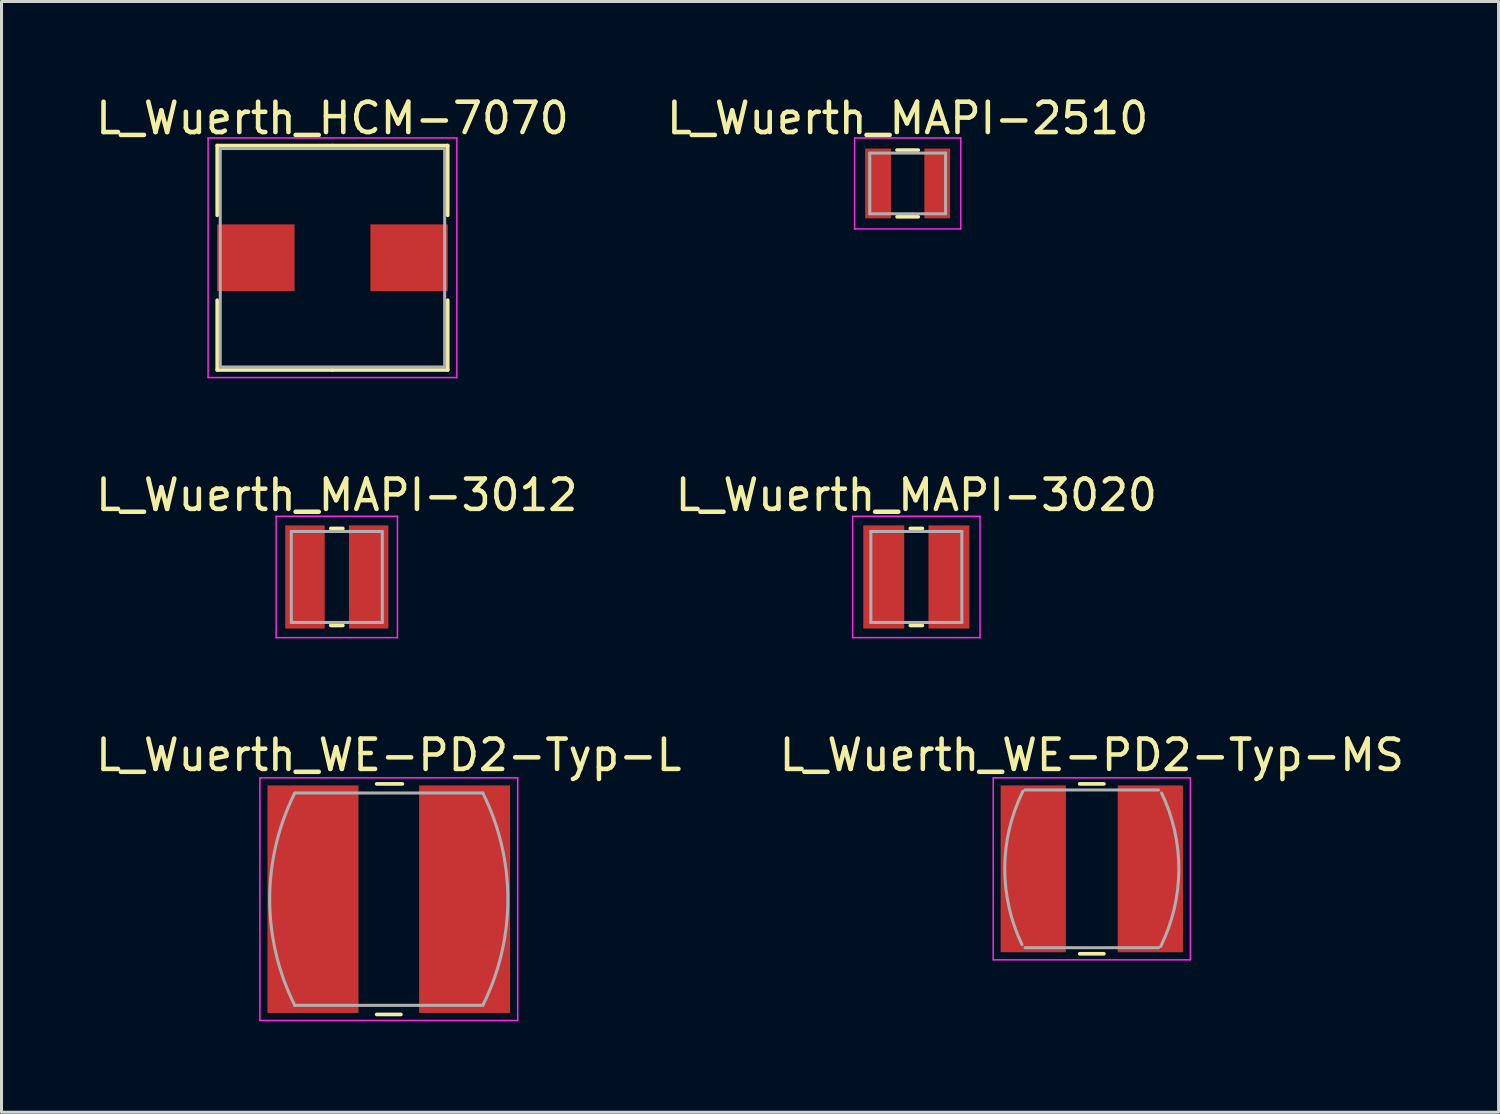
<source format=kicad_pcb>
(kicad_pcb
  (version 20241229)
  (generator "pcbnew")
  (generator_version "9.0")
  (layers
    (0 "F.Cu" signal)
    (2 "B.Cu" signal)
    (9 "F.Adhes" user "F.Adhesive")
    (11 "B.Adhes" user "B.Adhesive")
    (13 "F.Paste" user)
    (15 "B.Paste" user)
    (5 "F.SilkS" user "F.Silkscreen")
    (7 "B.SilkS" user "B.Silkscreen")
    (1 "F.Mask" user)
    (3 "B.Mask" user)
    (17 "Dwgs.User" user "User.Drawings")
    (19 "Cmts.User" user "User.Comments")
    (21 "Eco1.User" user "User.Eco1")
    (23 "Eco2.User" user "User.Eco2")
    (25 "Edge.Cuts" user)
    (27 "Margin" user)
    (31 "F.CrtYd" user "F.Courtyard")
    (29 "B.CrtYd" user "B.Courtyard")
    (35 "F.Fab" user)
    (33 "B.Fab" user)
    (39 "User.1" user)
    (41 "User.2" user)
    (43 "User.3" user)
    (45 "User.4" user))
  (footprint "L_Wuerth_HCM-7070"
    (layer "F.Cu")
    (at 7.911 5.448)
    (property "Reference" "L_Wuerth_HCM-7070" (at 0 -4.6 0) (layer "F.SilkS") (effects (font (size 1 1) (thickness 0.15))))
    (attr smd)
    (fp_line (start -3.8 -3.7) (end 0 -3.7) (stroke (width 0.12) (type solid)) (layer "F.SilkS"))
    (fp_line (start -3.8 -1.4) (end -3.8 -3.7) (stroke (width 0.12) (type solid)) (layer "F.SilkS"))
    (fp_line (start -3.8 1.4) (end -3.8 3.7) (stroke (width 0.12) (type solid)) (layer "F.SilkS"))
    (fp_line (start -3.8 3.7) (end 0 3.7) (stroke (width 0.12) (type solid)) (layer "F.SilkS"))
    (fp_line (start 3.8 -3.7) (end 0 -3.7) (stroke (width 0.12) (type solid)) (layer "F.SilkS"))
    (fp_line (start 3.8 -1.4) (end 3.8 -3.7) (stroke (width 0.12) (type solid)) (layer "F.SilkS"))
    (fp_line (start 3.8 1.4) (end 3.8 3.7) (stroke (width 0.12) (type solid)) (layer "F.SilkS"))
    (fp_line (start 3.8 3.7) (end 0 3.7) (stroke (width 0.12) (type solid)) (layer "F.SilkS"))
    (fp_line (start -4.1 -3.95) (end -4.1 3.95) (stroke (width 0.05) (type solid)) (layer "F.CrtYd"))
    (fp_line (start -4.1 3.95) (end 4.1 3.95) (stroke (width 0.05) (type solid)) (layer "F.CrtYd"))
    (fp_line (start 4.1 -3.95) (end -4.1 -3.95) (stroke (width 0.05) (type solid)) (layer "F.CrtYd"))
    (fp_line (start 4.1 3.95) (end 4.1 -3.95) (stroke (width 0.05) (type solid)) (layer "F.CrtYd"))
    (fp_line (start -3.7 -3.6) (end -3.7 3.6) (stroke (width 0.1) (type solid)) (layer "F.Fab"))
    (fp_line (start -3.7 3.6) (end 3.7 3.6) (stroke (width 0.1) (type solid)) (layer "F.Fab"))
    (fp_line (start 3.7 -3.6) (end -3.7 -3.6) (stroke (width 0.1) (type solid)) (layer "F.Fab"))
    (fp_line (start 3.7 3.6) (end 3.7 -3.6) (stroke (width 0.1) (type solid)) (layer "F.Fab"))
    (pad "1" smd rect (at -2.525 0) (size 2.55 2.2) (layers "F.Cu" "F.Mask" "F.Paste"))
    (pad "2" smd rect (at 2.525 0) (size 2.55 2.2) (layers "F.Cu" "F.Mask" "F.Paste")))
  (footprint "L_Wuerth_MAPI-3020"
    (layer "F.Cu")
    (at 27.161 15.972)
    (property "Reference" "L_Wuerth_MAPI-3020" (at 0 -2.7 0) (layer "F.SilkS") (effects (font (size 1 1) (thickness 0.15))))
    (attr smd)
    (fp_line (start -0.2 -1.6) (end 0.2 -1.6) (stroke (width 0.12) (type solid)) (layer "F.SilkS"))
    (fp_line (start -0.2 1.6) (end 0.2 1.6) (stroke (width 0.12) (type solid)) (layer "F.SilkS"))
    (fp_line (start -2.1 -2) (end -2.1 2) (stroke (width 0.05) (type solid)) (layer "F.CrtYd"))
    (fp_line (start -2.1 2) (end 2.1 2) (stroke (width 0.05) (type solid)) (layer "F.CrtYd"))
    (fp_line (start 2.1 -2) (end -2.1 -2) (stroke (width 0.05) (type solid)) (layer "F.CrtYd"))
    (fp_line (start 2.1 2) (end 2.1 -2) (stroke (width 0.05) (type solid)) (layer "F.CrtYd"))
    (fp_line (start -1.5 -1.5) (end -1.5 1.5) (stroke (width 0.1) (type solid)) (layer "F.Fab"))
    (fp_line (start -1.5 1.5) (end 1.5 1.5) (stroke (width 0.1) (type solid)) (layer "F.Fab"))
    (fp_line (start 1.5 -1.5) (end -1.5 -1.5) (stroke (width 0.1) (type solid)) (layer "F.Fab"))
    (fp_line (start 1.5 1.5) (end 1.5 -1.5) (stroke (width 0.1) (type solid)) (layer "F.Fab"))
    (pad "1" smd rect (at -1.075 0) (size 1.35 3.4) (layers "F.Cu" "F.Mask" "F.Paste"))
    (pad "2" smd rect (at 1.075 0) (size 1.35 3.4) (layers "F.Cu" "F.Mask" "F.Paste")))
  (footprint "L_Wuerth_WE-PD2-Typ-L"
    (layer "F.Cu")
    (at 9.768 26.595)
    (property "Reference" "L_Wuerth_WE-PD2-Typ-L" (at 0 -4.75 0) (layer "F.SilkS") (effects (font (size 1 1) (thickness 0.15))))
    (attr smd)
    (fp_line (start -0.4 -3.8) (end 0.45 -3.8) (stroke (width 0.12) (type solid)) (layer "F.SilkS"))
    (fp_line (start -0.4 3.8) (end 0.4 3.8) (stroke (width 0.12) (type solid)) (layer "F.SilkS"))
    (fp_line (start -4.25 -4) (end 4.25 -4) (stroke (width 0.05) (type solid)) (layer "F.CrtYd"))
    (fp_line (start -4.25 4) (end -4.25 -4) (stroke (width 0.05) (type solid)) (layer "F.CrtYd"))
    (fp_line (start 4.25 -4) (end 4.25 4) (stroke (width 0.05) (type solid)) (layer "F.CrtYd"))
    (fp_line (start 4.25 4) (end -4.25 4) (stroke (width 0.05) (type solid)) (layer "F.CrtYd"))
    (fp_line (start -3.1 3.5) (end 3.1 3.5) (stroke (width 0.1) (type solid)) (layer "F.Fab"))
    (fp_line (start 3.1 -3.5) (end -3.1 -3.5) (stroke (width 0.1) (type solid)) (layer "F.Fab"))
    (fp_arc (start -3.1 3.5) (mid -3.926233 0.008885) (end -3.107929 -3.484096) (stroke (width 0.1) (type solid)) (layer "F.Fab"))
    (fp_arc (start 3.1 -3.5) (mid 3.926233 -0.008885) (end 3.107929 3.484096) (stroke (width 0.1) (type solid)) (layer "F.Fab"))
    (pad "1" smd rect (at -2.5 0) (size 3 7.5) (layers "F.Cu" "F.Mask" "F.Paste"))
    (pad "2" smd rect (at 2.5 0) (size 3 7.5) (layers "F.Cu" "F.Mask" "F.Paste")))
  (footprint "L_Wuerth_MAPI-3012"
    (layer "F.Cu")
    (at 8.054 15.972)
    (property "Reference" "L_Wuerth_MAPI-3012" (at 0 -2.7 0) (layer "F.SilkS") (effects (font (size 1 1) (thickness 0.15))))
    (attr smd)
    (fp_line (start -0.2 -1.6) (end 0.2 -1.6) (stroke (width 0.12) (type solid)) (layer "F.SilkS"))
    (fp_line (start -0.2 1.6) (end 0.2 1.6) (stroke (width 0.12) (type solid)) (layer "F.SilkS"))
    (fp_line (start -2 -2) (end -2 2) (stroke (width 0.05) (type solid)) (layer "F.CrtYd"))
    (fp_line (start -2 2) (end 2 2) (stroke (width 0.05) (type solid)) (layer "F.CrtYd"))
    (fp_line (start 2 -2) (end -2 -2) (stroke (width 0.05) (type solid)) (layer "F.CrtYd"))
    (fp_line (start 2 2) (end 2 -2) (stroke (width 0.05) (type solid)) (layer "F.CrtYd"))
    (fp_line (start -1.5 -1.5) (end -1.5 1.5) (stroke (width 0.1) (type solid)) (layer "F.Fab"))
    (fp_line (start -1.5 1.5) (end 1.5 1.5) (stroke (width 0.1) (type solid)) (layer "F.Fab"))
    (fp_line (start 1.5 -1.5) (end -1.5 -1.5) (stroke (width 0.1) (type solid)) (layer "F.Fab"))
    (fp_line (start 1.5 1.5) (end 1.5 -1.5) (stroke (width 0.1) (type solid)) (layer "F.Fab"))
    (pad "1" smd rect (at -1.05 0) (size 1.3 3.4) (layers "F.Cu" "F.Mask" "F.Paste"))
    (pad "2" smd rect (at 1.05 0) (size 1.3 3.4) (layers "F.Cu" "F.Mask" "F.Paste")))
  (footprint "L_Wuerth_WE-PD2-Typ-MS"
    (layer "F.Cu")
    (at 32.946 25.595)
    (property "Reference" "L_Wuerth_WE-PD2-Typ-MS" (at 0 -3.75 0) (layer "F.SilkS") (effects (font (size 1 1) (thickness 0.15))))
    (attr smd)
    (fp_line (start -0.4 -2.8) (end 0.4 -2.8) (stroke (width 0.12) (type solid)) (layer "F.SilkS"))
    (fp_line (start -0.4 2.8) (end 0.4 2.8) (stroke (width 0.12) (type solid)) (layer "F.SilkS"))
    (fp_line (start -3.25 -3) (end 3.25 -3) (stroke (width 0.05) (type solid)) (layer "F.CrtYd"))
    (fp_line (start -3.25 3) (end -3.25 -3) (stroke (width 0.05) (type solid)) (layer "F.CrtYd"))
    (fp_line (start 3.25 -3) (end 3.25 3) (stroke (width 0.05) (type solid)) (layer "F.CrtYd"))
    (fp_line (start 3.25 3) (end -3.25 3) (stroke (width 0.05) (type solid)) (layer "F.CrtYd"))
    (fp_line (start -2.2 -2.6) (end 2.2 -2.6) (stroke (width 0.1) (type solid)) (layer "F.Fab"))
    (fp_line (start 2.2 2.6) (end -2.2 2.6) (stroke (width 0.1) (type solid)) (layer "F.Fab"))
    (fp_arc (start -2.3 2.5) (mid -2.869657 -0.032545) (end -2.271467 -2.558502) (stroke (width 0.1) (type solid)) (layer "F.Fab"))
    (fp_arc (start 2.3 -2.5) (mid 2.869657 0.032545) (end 2.271467 2.558502) (stroke (width 0.1) (type solid)) (layer "F.Fab"))
    (pad "1" smd rect (at -1.93 0) (size 2.15 5.5) (layers "F.Cu" "F.Mask" "F.Paste"))
    (pad "2" smd rect (at 1.93 0) (size 2.15 5.5) (layers "F.Cu" "F.Mask" "F.Paste")))
  (footprint "L_Wuerth_MAPI-2510"
    (layer "F.Cu")
    (at 26.875 2.998)
    (property "Reference" "L_Wuerth_MAPI-2510" (at 0 -2.15 0) (layer "F.SilkS") (effects (font (size 1 1) (thickness 0.15))))
    (attr smd)
    (fp_line (start -0.35 -1.1) (end 0.35 -1.1) (stroke (width 0.12) (type solid)) (layer "F.SilkS"))
    (fp_line (start -0.35 1.1) (end 0.35 1.1) (stroke (width 0.12) (type solid)) (layer "F.SilkS"))
    (fp_line (start -1.75 -1.5) (end -1.75 1.5) (stroke (width 0.05) (type solid)) (layer "F.CrtYd"))
    (fp_line (start -1.75 1.5) (end 1.75 1.5) (stroke (width 0.05) (type solid)) (layer "F.CrtYd"))
    (fp_line (start 1.75 -1.5) (end -1.75 -1.5) (stroke (width 0.05) (type solid)) (layer "F.CrtYd"))
    (fp_line (start 1.75 1.5) (end 1.75 -1.5) (stroke (width 0.05) (type solid)) (layer "F.CrtYd"))
    (fp_line (start -1.25 -1) (end -1.25 1) (stroke (width 0.1) (type solid)) (layer "F.Fab"))
    (fp_line (start -1.25 1) (end 1.25 1) (stroke (width 0.1) (type solid)) (layer "F.Fab"))
    (fp_line (start 1.25 -1) (end -1.25 -1) (stroke (width 0.1) (type solid)) (layer "F.Fab"))
    (fp_line (start 1.25 1) (end 1.25 -1) (stroke (width 0.1) (type solid)) (layer "F.Fab"))
    (pad "1" smd rect (at -0.975 0) (size 0.85 2.3) (layers "F.Cu" "F.Mask" "F.Paste"))
    (pad "2" smd rect (at 0.975 0) (size 0.85 2.3) (layers "F.Cu" "F.Mask" "F.Paste")))
  (gr_rect
    (start -3 -3)
    (end 46.357 33.62)
    (stroke (width 0.1) (type default))
    (fill no)
    (layer "Edge.Cuts")))
</source>
